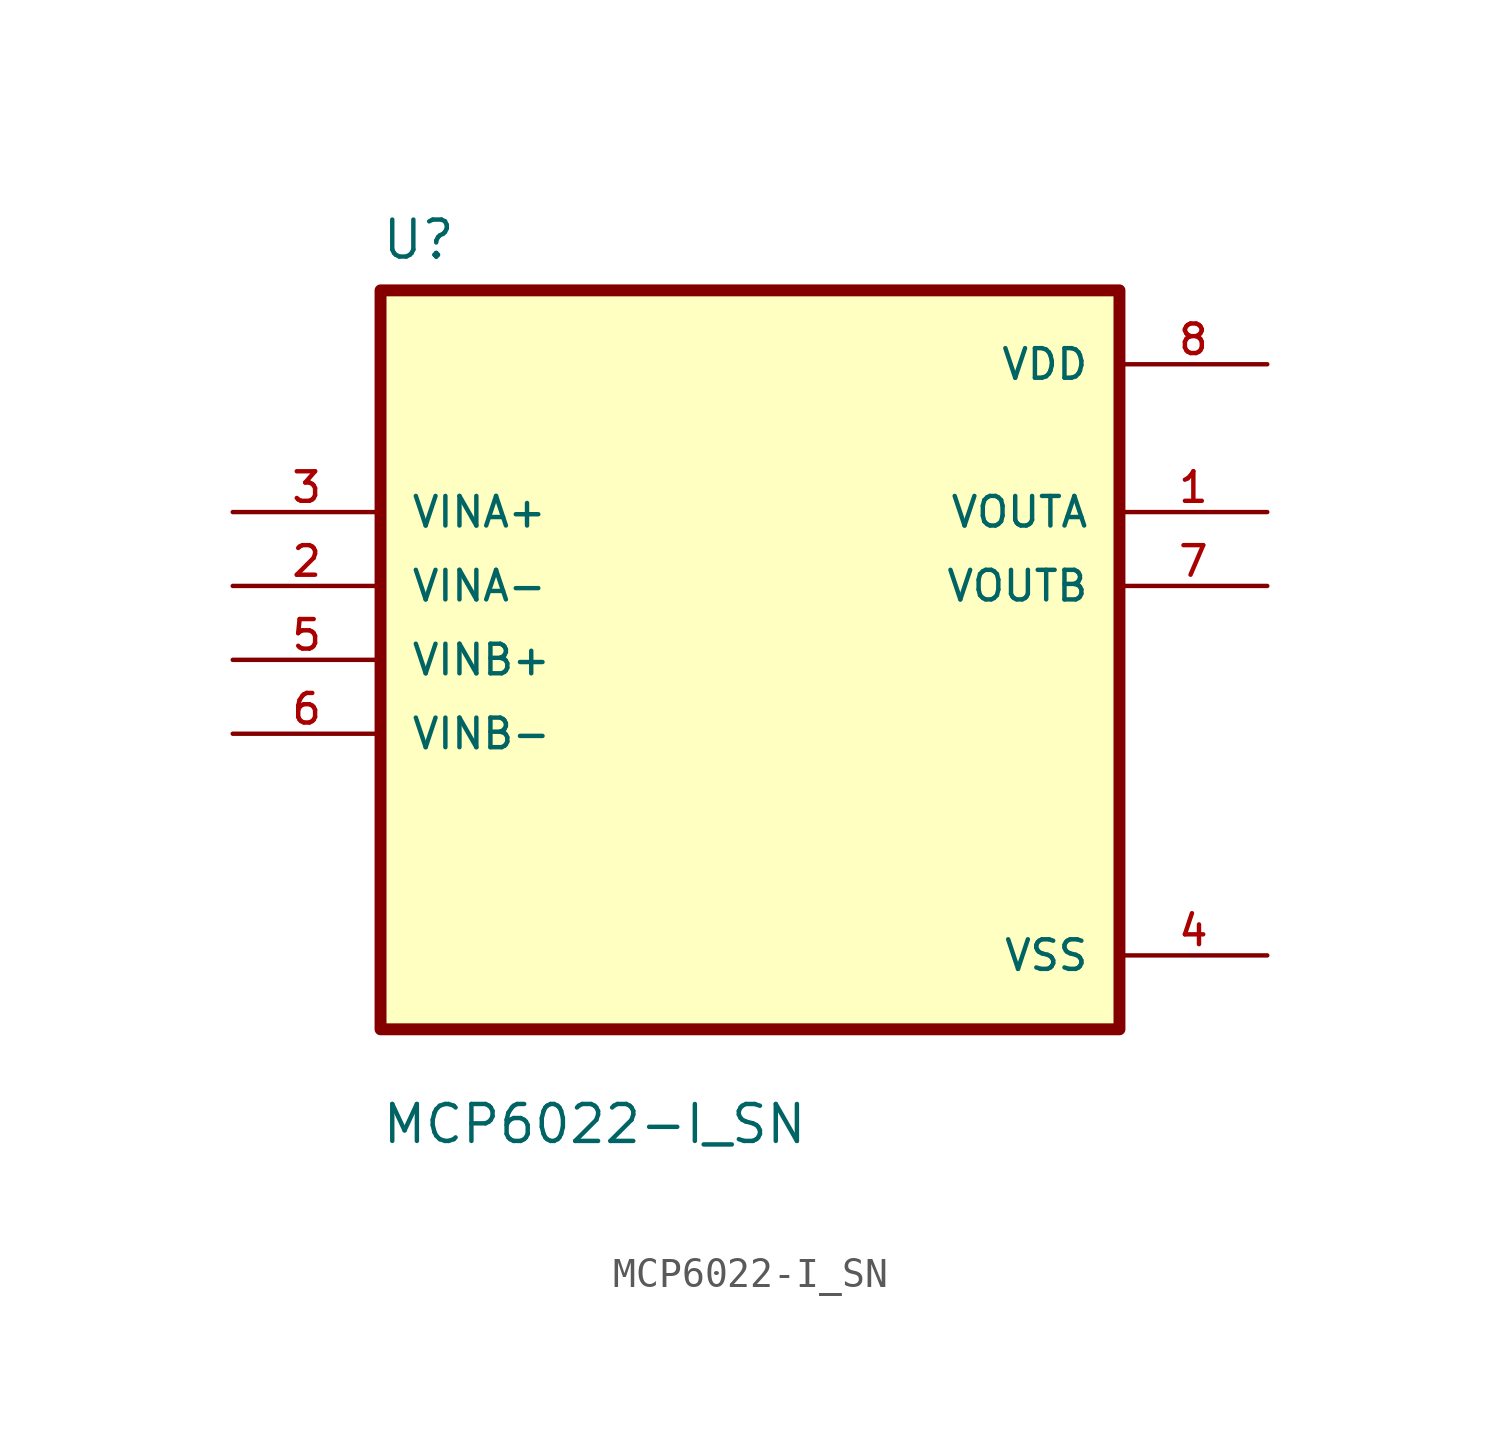
<source format=kicad_sym>
(kicad_symbol_lib
  (version 20211014)
  (generator kicad_symbol_editor)
  (symbol "MCP6022-I_SN"
    (pin_names
      (offset 1.016))
    (property "Reference" "U"
      (at -12.7 13.7 0.0)
      (effects (font (size 1.27 1.27)) (justify bottom left)))
    (property "Value" "MCP6022-I_SN"
      (at -12.7 -16.7 0.0)
      (effects (font (size 1.27 1.27)) (justify bottom left)))
    (symbol "MCP6022-I_SN_0_0"
      (rectangle (start -12.7 -12.7) (end 12.7 12.7) (stroke (width 0.41)) (fill (type background)))
      (pin input line (at -17.78 5.08 0) (length 5.08) (name "VINA+" (effects (font (size 1.016 1.016)))) (number "3" (effects (font (size 1.016 1.016)))))
      (pin input line (at -17.78 2.54 0) (length 5.08) (name "VINA-" (effects (font (size 1.016 1.016)))) (number "2" (effects (font (size 1.016 1.016)))))
      (pin input line (at -17.78 -8.88178e-16 0) (length 5.08) (name "VINB+" (effects (font (size 1.016 1.016)))) (number "5" (effects (font (size 1.016 1.016)))))
      (pin input line (at -17.78 -2.54 0) (length 5.08) (name "VINB-" (effects (font (size 1.016 1.016)))) (number "6" (effects (font (size 1.016 1.016)))))
      (pin power_in line (at 17.78 10.16 180.0) (length 5.08) (name "VDD" (effects (font (size 1.016 1.016)))) (number "8" (effects (font (size 1.016 1.016)))))
      (pin output line (at 17.78 5.08 180.0) (length 5.08) (name "VOUTA" (effects (font (size 1.016 1.016)))) (number "1" (effects (font (size 1.016 1.016)))))
      (pin output line (at 17.78 2.54 180.0) (length 5.08) (name "VOUTB" (effects (font (size 1.016 1.016)))) (number "7" (effects (font (size 1.016 1.016)))))
      (pin power_in line (at 17.78 -10.16 180.0) (length 5.08) (name "VSS" (effects (font (size 1.016 1.016)))) (number "4" (effects (font (size 1.016 1.016))))))))
</source>
